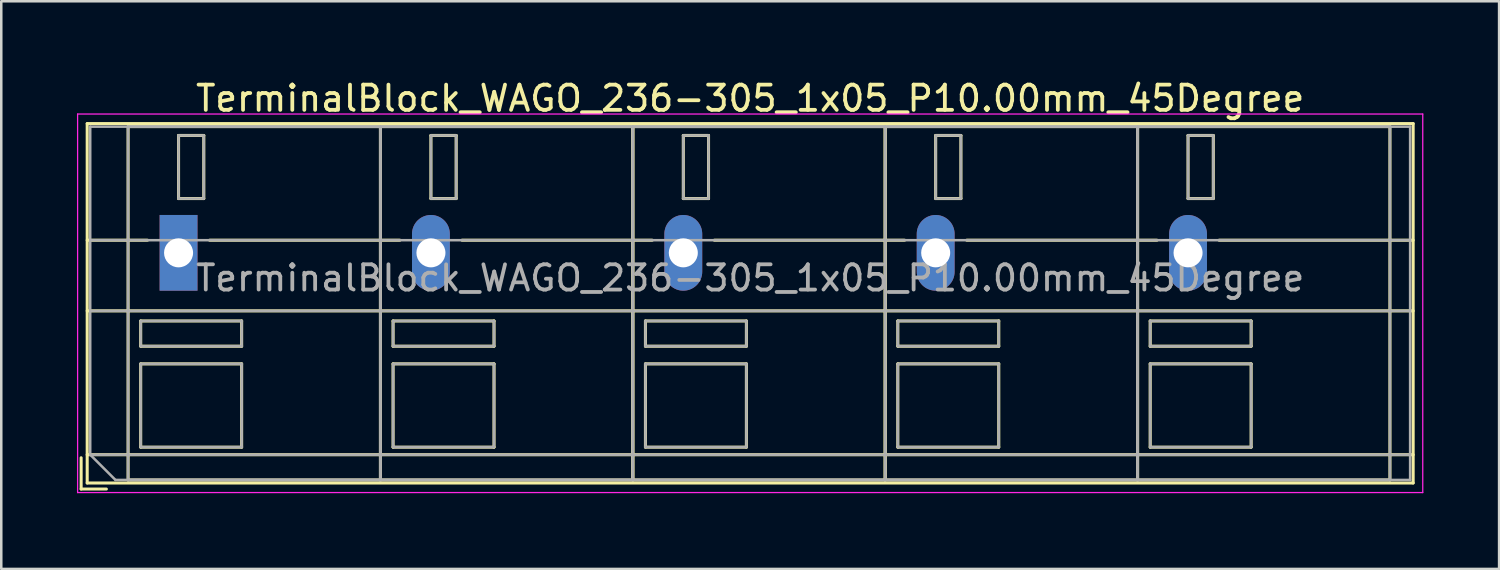
<source format=kicad_pcb>
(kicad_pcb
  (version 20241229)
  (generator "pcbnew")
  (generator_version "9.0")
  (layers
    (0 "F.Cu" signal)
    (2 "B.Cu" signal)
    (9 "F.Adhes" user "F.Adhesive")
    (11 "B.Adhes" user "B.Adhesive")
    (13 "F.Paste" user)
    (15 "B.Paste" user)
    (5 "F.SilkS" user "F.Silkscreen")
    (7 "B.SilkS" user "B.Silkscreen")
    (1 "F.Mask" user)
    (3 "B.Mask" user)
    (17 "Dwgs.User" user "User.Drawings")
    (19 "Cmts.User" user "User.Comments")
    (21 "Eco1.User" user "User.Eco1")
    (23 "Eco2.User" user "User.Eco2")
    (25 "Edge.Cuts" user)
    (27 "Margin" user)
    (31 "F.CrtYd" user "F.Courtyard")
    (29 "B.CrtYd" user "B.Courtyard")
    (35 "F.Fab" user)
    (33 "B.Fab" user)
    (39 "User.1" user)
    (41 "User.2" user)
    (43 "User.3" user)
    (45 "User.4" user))
  (footprint "TerminalBlock_WAGO_236-305_1x05_P10.00mm_45Degree"
    (layer "F.Cu")
    (at 4.025 6.968)
    (property "Reference" "TerminalBlock_WAGO_236-305_1x05_P10.00mm_45Degree" (at 22.65 -6.12 0) (layer "F.SilkS") (effects (font (size 1 1) (thickness 0.15))))
    (attr through_hole)
    (fp_line (start -3.86 8.12) (end -3.86 9.36) (stroke (width 0.12) (type solid)) (layer "F.SilkS"))
    (fp_line (start -3.86 9.36) (end -2.86 9.36) (stroke (width 0.12) (type solid)) (layer "F.SilkS"))
    (fp_line (start -3.62 -5.12) (end -3.62 9.12) (stroke (width 0.12) (type solid)) (layer "F.SilkS"))
    (fp_line (start -3.62 -5.12) (end 48.92 -5.12) (stroke (width 0.12) (type solid)) (layer "F.SilkS"))
    (fp_line (start -3.62 -0.5) (end -1.23 -0.5) (stroke (width 0.12) (type solid)) (layer "F.SilkS"))
    (fp_line (start -3.62 2.3) (end 48.92 2.3) (stroke (width 0.12) (type solid)) (layer "F.SilkS"))
    (fp_line (start -3.62 8) (end 48.92 8) (stroke (width 0.12) (type solid)) (layer "F.SilkS"))
    (fp_line (start -3.62 9.12) (end 48.92 9.12) (stroke (width 0.12) (type solid)) (layer "F.SilkS"))
    (fp_line (start -2 -5) (end -2 9) (stroke (width 0.12) (type solid)) (layer "F.SilkS"))
    (fp_line (start -2 -5) (end 8 -5) (stroke (width 0.12) (type solid)) (layer "F.SilkS"))
    (fp_line (start -2 9) (end 8 9) (stroke (width 0.12) (type solid)) (layer "F.SilkS"))
    (fp_line (start -1.5 2.7) (end -1.5 3.7) (stroke (width 0.12) (type solid)) (layer "F.SilkS"))
    (fp_line (start -1.5 2.7) (end 2.5 2.7) (stroke (width 0.12) (type solid)) (layer "F.SilkS"))
    (fp_line (start -1.5 3.7) (end 2.5 3.7) (stroke (width 0.12) (type solid)) (layer "F.SilkS"))
    (fp_line (start -1.5 4.4) (end -1.5 7.7) (stroke (width 0.12) (type solid)) (layer "F.SilkS"))
    (fp_line (start -1.5 4.4) (end 2.5 4.4) (stroke (width 0.12) (type solid)) (layer "F.SilkS"))
    (fp_line (start -1.5 7.7) (end 2.5 7.7) (stroke (width 0.12) (type solid)) (layer "F.SilkS"))
    (fp_line (start 0 -4.65) (end 0 -2.151) (stroke (width 0.12) (type solid)) (layer "F.SilkS"))
    (fp_line (start 0 -4.65) (end 1 -4.65) (stroke (width 0.12) (type solid)) (layer "F.SilkS"))
    (fp_line (start 0 -2.151) (end 1 -2.151) (stroke (width 0.12) (type solid)) (layer "F.SilkS"))
    (fp_line (start 1 -4.65) (end 1 -2.151) (stroke (width 0.12) (type solid)) (layer "F.SilkS"))
    (fp_line (start 1.23 -0.5) (end 8.77 -0.5) (stroke (width 0.12) (type solid)) (layer "F.SilkS"))
    (fp_line (start 2.5 2.7) (end 2.5 3.7) (stroke (width 0.12) (type solid)) (layer "F.SilkS"))
    (fp_line (start 2.5 4.4) (end 2.5 7.7) (stroke (width 0.12) (type solid)) (layer "F.SilkS"))
    (fp_line (start 8 -5) (end 8 9) (stroke (width 0.12) (type solid)) (layer "F.SilkS"))
    (fp_line (start 8 -5) (end 8 9) (stroke (width 0.12) (type solid)) (layer "F.SilkS"))
    (fp_line (start 8 -5) (end 18 -5) (stroke (width 0.12) (type solid)) (layer "F.SilkS"))
    (fp_line (start 8 9) (end 18 9) (stroke (width 0.12) (type solid)) (layer "F.SilkS"))
    (fp_line (start 8.5 2.7) (end 8.5 3.7) (stroke (width 0.12) (type solid)) (layer "F.SilkS"))
    (fp_line (start 8.5 2.7) (end 12.5 2.7) (stroke (width 0.12) (type solid)) (layer "F.SilkS"))
    (fp_line (start 8.5 3.7) (end 12.5 3.7) (stroke (width 0.12) (type solid)) (layer "F.SilkS"))
    (fp_line (start 8.5 4.4) (end 8.5 7.7) (stroke (width 0.12) (type solid)) (layer "F.SilkS"))
    (fp_line (start 8.5 4.4) (end 12.5 4.4) (stroke (width 0.12) (type solid)) (layer "F.SilkS"))
    (fp_line (start 8.5 7.7) (end 12.5 7.7) (stroke (width 0.12) (type solid)) (layer "F.SilkS"))
    (fp_line (start 10 -4.65) (end 10 -2.151) (stroke (width 0.12) (type solid)) (layer "F.SilkS"))
    (fp_line (start 10 -4.65) (end 11 -4.65) (stroke (width 0.12) (type solid)) (layer "F.SilkS"))
    (fp_line (start 10 -2.151) (end 11 -2.151) (stroke (width 0.12) (type solid)) (layer "F.SilkS"))
    (fp_line (start 11 -4.65) (end 11 -2.151) (stroke (width 0.12) (type solid)) (layer "F.SilkS"))
    (fp_line (start 11.23 -0.5) (end 18.77 -0.5) (stroke (width 0.12) (type solid)) (layer "F.SilkS"))
    (fp_line (start 12.5 2.7) (end 12.5 3.7) (stroke (width 0.12) (type solid)) (layer "F.SilkS"))
    (fp_line (start 12.5 4.4) (end 12.5 7.7) (stroke (width 0.12) (type solid)) (layer "F.SilkS"))
    (fp_line (start 18 -5) (end 18 9) (stroke (width 0.12) (type solid)) (layer "F.SilkS"))
    (fp_line (start 18 -5) (end 18 9) (stroke (width 0.12) (type solid)) (layer "F.SilkS"))
    (fp_line (start 18 -5) (end 28 -5) (stroke (width 0.12) (type solid)) (layer "F.SilkS"))
    (fp_line (start 18 9) (end 28 9) (stroke (width 0.12) (type solid)) (layer "F.SilkS"))
    (fp_line (start 18.5 2.7) (end 18.5 3.7) (stroke (width 0.12) (type solid)) (layer "F.SilkS"))
    (fp_line (start 18.5 2.7) (end 22.5 2.7) (stroke (width 0.12) (type solid)) (layer "F.SilkS"))
    (fp_line (start 18.5 3.7) (end 22.5 3.7) (stroke (width 0.12) (type solid)) (layer "F.SilkS"))
    (fp_line (start 18.5 4.4) (end 18.5 7.7) (stroke (width 0.12) (type solid)) (layer "F.SilkS"))
    (fp_line (start 18.5 4.4) (end 22.5 4.4) (stroke (width 0.12) (type solid)) (layer "F.SilkS"))
    (fp_line (start 18.5 7.7) (end 22.5 7.7) (stroke (width 0.12) (type solid)) (layer "F.SilkS"))
    (fp_line (start 20 -4.65) (end 20 -2.151) (stroke (width 0.12) (type solid)) (layer "F.SilkS"))
    (fp_line (start 20 -4.65) (end 21 -4.65) (stroke (width 0.12) (type solid)) (layer "F.SilkS"))
    (fp_line (start 20 -2.151) (end 21 -2.151) (stroke (width 0.12) (type solid)) (layer "F.SilkS"))
    (fp_line (start 21 -4.65) (end 21 -2.151) (stroke (width 0.12) (type solid)) (layer "F.SilkS"))
    (fp_line (start 21.23 -0.5) (end 28.77 -0.5) (stroke (width 0.12) (type solid)) (layer "F.SilkS"))
    (fp_line (start 22.5 2.7) (end 22.5 3.7) (stroke (width 0.12) (type solid)) (layer "F.SilkS"))
    (fp_line (start 22.5 4.4) (end 22.5 7.7) (stroke (width 0.12) (type solid)) (layer "F.SilkS"))
    (fp_line (start 28 -5) (end 28 9) (stroke (width 0.12) (type solid)) (layer "F.SilkS"))
    (fp_line (start 28 -5) (end 28 9) (stroke (width 0.12) (type solid)) (layer "F.SilkS"))
    (fp_line (start 28 -5) (end 38 -5) (stroke (width 0.12) (type solid)) (layer "F.SilkS"))
    (fp_line (start 28 9) (end 38 9) (stroke (width 0.12) (type solid)) (layer "F.SilkS"))
    (fp_line (start 28.5 2.7) (end 28.5 3.7) (stroke (width 0.12) (type solid)) (layer "F.SilkS"))
    (fp_line (start 28.5 2.7) (end 32.5 2.7) (stroke (width 0.12) (type solid)) (layer "F.SilkS"))
    (fp_line (start 28.5 3.7) (end 32.5 3.7) (stroke (width 0.12) (type solid)) (layer "F.SilkS"))
    (fp_line (start 28.5 4.4) (end 28.5 7.7) (stroke (width 0.12) (type solid)) (layer "F.SilkS"))
    (fp_line (start 28.5 4.4) (end 32.5 4.4) (stroke (width 0.12) (type solid)) (layer "F.SilkS"))
    (fp_line (start 28.5 7.7) (end 32.5 7.7) (stroke (width 0.12) (type solid)) (layer "F.SilkS"))
    (fp_line (start 30 -4.65) (end 30 -2.151) (stroke (width 0.12) (type solid)) (layer "F.SilkS"))
    (fp_line (start 30 -4.65) (end 31 -4.65) (stroke (width 0.12) (type solid)) (layer "F.SilkS"))
    (fp_line (start 30 -2.151) (end 31 -2.151) (stroke (width 0.12) (type solid)) (layer "F.SilkS"))
    (fp_line (start 31 -4.65) (end 31 -2.151) (stroke (width 0.12) (type solid)) (layer "F.SilkS"))
    (fp_line (start 31.23 -0.5) (end 38.77 -0.5) (stroke (width 0.12) (type solid)) (layer "F.SilkS"))
    (fp_line (start 32.5 2.7) (end 32.5 3.7) (stroke (width 0.12) (type solid)) (layer "F.SilkS"))
    (fp_line (start 32.5 4.4) (end 32.5 7.7) (stroke (width 0.12) (type solid)) (layer "F.SilkS"))
    (fp_line (start 38 -5) (end 38 9) (stroke (width 0.12) (type solid)) (layer "F.SilkS"))
    (fp_line (start 38 -5) (end 38 9) (stroke (width 0.12) (type solid)) (layer "F.SilkS"))
    (fp_line (start 38 -5) (end 48 -5) (stroke (width 0.12) (type solid)) (layer "F.SilkS"))
    (fp_line (start 38 9) (end 48 9) (stroke (width 0.12) (type solid)) (layer "F.SilkS"))
    (fp_line (start 38.5 2.7) (end 38.5 3.7) (stroke (width 0.12) (type solid)) (layer "F.SilkS"))
    (fp_line (start 38.5 2.7) (end 42.5 2.7) (stroke (width 0.12) (type solid)) (layer "F.SilkS"))
    (fp_line (start 38.5 3.7) (end 42.5 3.7) (stroke (width 0.12) (type solid)) (layer "F.SilkS"))
    (fp_line (start 38.5 4.4) (end 38.5 7.7) (stroke (width 0.12) (type solid)) (layer "F.SilkS"))
    (fp_line (start 38.5 4.4) (end 42.5 4.4) (stroke (width 0.12) (type solid)) (layer "F.SilkS"))
    (fp_line (start 38.5 7.7) (end 42.5 7.7) (stroke (width 0.12) (type solid)) (layer "F.SilkS"))
    (fp_line (start 40 -4.65) (end 40 -2.151) (stroke (width 0.12) (type solid)) (layer "F.SilkS"))
    (fp_line (start 40 -4.65) (end 41 -4.65) (stroke (width 0.12) (type solid)) (layer "F.SilkS"))
    (fp_line (start 40 -2.151) (end 41 -2.151) (stroke (width 0.12) (type solid)) (layer "F.SilkS"))
    (fp_line (start 41 -4.65) (end 41 -2.151) (stroke (width 0.12) (type solid)) (layer "F.SilkS"))
    (fp_line (start 41.23 -0.5) (end 48.92 -0.5) (stroke (width 0.12) (type solid)) (layer "F.SilkS"))
    (fp_line (start 42.5 2.7) (end 42.5 3.7) (stroke (width 0.12) (type solid)) (layer "F.SilkS"))
    (fp_line (start 42.5 4.4) (end 42.5 7.7) (stroke (width 0.12) (type solid)) (layer "F.SilkS"))
    (fp_line (start 48 -5) (end 48 9) (stroke (width 0.12) (type solid)) (layer "F.SilkS"))
    (fp_line (start 48.92 -5.12) (end 48.92 9.12) (stroke (width 0.12) (type solid)) (layer "F.SilkS"))
    (fp_line (start -4 -5.5) (end -4 9.5) (stroke (width 0.05) (type solid)) (layer "F.CrtYd"))
    (fp_line (start -4 9.5) (end 49.3 9.5) (stroke (width 0.05) (type solid)) (layer "F.CrtYd"))
    (fp_line (start 49.3 -5.5) (end -4 -5.5) (stroke (width 0.05) (type solid)) (layer "F.CrtYd"))
    (fp_line (start 49.3 9.5) (end 49.3 -5.5) (stroke (width 0.05) (type solid)) (layer "F.CrtYd"))
    (fp_line (start -3.5 -5) (end 48.8 -5) (stroke (width 0.1) (type solid)) (layer "F.Fab"))
    (fp_line (start -3.5 -0.5) (end 48.8 -0.5) (stroke (width 0.1) (type solid)) (layer "F.Fab"))
    (fp_line (start -3.5 2.3) (end 48.8 2.3) (stroke (width 0.1) (type solid)) (layer "F.Fab"))
    (fp_line (start -3.5 8) (end -3.5 -5) (stroke (width 0.1) (type solid)) (layer "F.Fab"))
    (fp_line (start -3.5 8) (end 48.8 8) (stroke (width 0.1) (type solid)) (layer "F.Fab"))
    (fp_line (start -2.5 9) (end -3.5 8) (stroke (width 0.1) (type solid)) (layer "F.Fab"))
    (fp_line (start -2 -5) (end -2 9) (stroke (width 0.1) (type solid)) (layer "F.Fab"))
    (fp_line (start -2 9) (end 8 9) (stroke (width 0.1) (type solid)) (layer "F.Fab"))
    (fp_line (start -1.5 2.7) (end -1.5 3.7) (stroke (width 0.1) (type solid)) (layer "F.Fab"))
    (fp_line (start -1.5 3.7) (end 2.5 3.7) (stroke (width 0.1) (type solid)) (layer "F.Fab"))
    (fp_line (start -1.5 4.4) (end -1.5 7.7) (stroke (width 0.1) (type solid)) (layer "F.Fab"))
    (fp_line (start -1.5 7.7) (end 2.5 7.7) (stroke (width 0.1) (type solid)) (layer "F.Fab"))
    (fp_line (start 0 -4.65) (end 0 -2.15) (stroke (width 0.1) (type solid)) (layer "F.Fab"))
    (fp_line (start 0 -2.15) (end 1 -2.15) (stroke (width 0.1) (type solid)) (layer "F.Fab"))
    (fp_line (start 1 -4.65) (end 0 -4.65) (stroke (width 0.1) (type solid)) (layer "F.Fab"))
    (fp_line (start 1 -2.15) (end 1 -4.65) (stroke (width 0.1) (type solid)) (layer "F.Fab"))
    (fp_line (start 2.5 2.7) (end -1.5 2.7) (stroke (width 0.1) (type solid)) (layer "F.Fab"))
    (fp_line (start 2.5 3.7) (end 2.5 2.7) (stroke (width 0.1) (type solid)) (layer "F.Fab"))
    (fp_line (start 2.5 4.4) (end -1.5 4.4) (stroke (width 0.1) (type solid)) (layer "F.Fab"))
    (fp_line (start 2.5 7.7) (end 2.5 4.4) (stroke (width 0.1) (type solid)) (layer "F.Fab"))
    (fp_line (start 8 -5) (end -2 -5) (stroke (width 0.1) (type solid)) (layer "F.Fab"))
    (fp_line (start 8 -5) (end 8 9) (stroke (width 0.1) (type solid)) (layer "F.Fab"))
    (fp_line (start 8 9) (end 8 -5) (stroke (width 0.1) (type solid)) (layer "F.Fab"))
    (fp_line (start 8 9) (end 18 9) (stroke (width 0.1) (type solid)) (layer "F.Fab"))
    (fp_line (start 8.5 2.7) (end 8.5 3.7) (stroke (width 0.1) (type solid)) (layer "F.Fab"))
    (fp_line (start 8.5 3.7) (end 12.5 3.7) (stroke (width 0.1) (type solid)) (layer "F.Fab"))
    (fp_line (start 8.5 4.4) (end 8.5 7.7) (stroke (width 0.1) (type solid)) (layer "F.Fab"))
    (fp_line (start 8.5 7.7) (end 12.5 7.7) (stroke (width 0.1) (type solid)) (layer "F.Fab"))
    (fp_line (start 10 -4.65) (end 10 -2.15) (stroke (width 0.1) (type solid)) (layer "F.Fab"))
    (fp_line (start 10 -2.15) (end 11 -2.15) (stroke (width 0.1) (type solid)) (layer "F.Fab"))
    (fp_line (start 11 -4.65) (end 10 -4.65) (stroke (width 0.1) (type solid)) (layer "F.Fab"))
    (fp_line (start 11 -2.15) (end 11 -4.65) (stroke (width 0.1) (type solid)) (layer "F.Fab"))
    (fp_line (start 12.5 2.7) (end 8.5 2.7) (stroke (width 0.1) (type solid)) (layer "F.Fab"))
    (fp_line (start 12.5 3.7) (end 12.5 2.7) (stroke (width 0.1) (type solid)) (layer "F.Fab"))
    (fp_line (start 12.5 4.4) (end 8.5 4.4) (stroke (width 0.1) (type solid)) (layer "F.Fab"))
    (fp_line (start 12.5 7.7) (end 12.5 4.4) (stroke (width 0.1) (type solid)) (layer "F.Fab"))
    (fp_line (start 18 -5) (end 8 -5) (stroke (width 0.1) (type solid)) (layer "F.Fab"))
    (fp_line (start 18 -5) (end 18 9) (stroke (width 0.1) (type solid)) (layer "F.Fab"))
    (fp_line (start 18 9) (end 18 -5) (stroke (width 0.1) (type solid)) (layer "F.Fab"))
    (fp_line (start 18 9) (end 28 9) (stroke (width 0.1) (type solid)) (layer "F.Fab"))
    (fp_line (start 18.5 2.7) (end 18.5 3.7) (stroke (width 0.1) (type solid)) (layer "F.Fab"))
    (fp_line (start 18.5 3.7) (end 22.5 3.7) (stroke (width 0.1) (type solid)) (layer "F.Fab"))
    (fp_line (start 18.5 4.4) (end 18.5 7.7) (stroke (width 0.1) (type solid)) (layer "F.Fab"))
    (fp_line (start 18.5 7.7) (end 22.5 7.7) (stroke (width 0.1) (type solid)) (layer "F.Fab"))
    (fp_line (start 20 -4.65) (end 20 -2.15) (stroke (width 0.1) (type solid)) (layer "F.Fab"))
    (fp_line (start 20 -2.15) (end 21 -2.15) (stroke (width 0.1) (type solid)) (layer "F.Fab"))
    (fp_line (start 21 -4.65) (end 20 -4.65) (stroke (width 0.1) (type solid)) (layer "F.Fab"))
    (fp_line (start 21 -2.15) (end 21 -4.65) (stroke (width 0.1) (type solid)) (layer "F.Fab"))
    (fp_line (start 22.5 2.7) (end 18.5 2.7) (stroke (width 0.1) (type solid)) (layer "F.Fab"))
    (fp_line (start 22.5 3.7) (end 22.5 2.7) (stroke (width 0.1) (type solid)) (layer "F.Fab"))
    (fp_line (start 22.5 4.4) (end 18.5 4.4) (stroke (width 0.1) (type solid)) (layer "F.Fab"))
    (fp_line (start 22.5 7.7) (end 22.5 4.4) (stroke (width 0.1) (type solid)) (layer "F.Fab"))
    (fp_line (start 28 -5) (end 18 -5) (stroke (width 0.1) (type solid)) (layer "F.Fab"))
    (fp_line (start 28 -5) (end 28 9) (stroke (width 0.1) (type solid)) (layer "F.Fab"))
    (fp_line (start 28 9) (end 28 -5) (stroke (width 0.1) (type solid)) (layer "F.Fab"))
    (fp_line (start 28 9) (end 38 9) (stroke (width 0.1) (type solid)) (layer "F.Fab"))
    (fp_line (start 28.5 2.7) (end 28.5 3.7) (stroke (width 0.1) (type solid)) (layer "F.Fab"))
    (fp_line (start 28.5 3.7) (end 32.5 3.7) (stroke (width 0.1) (type solid)) (layer "F.Fab"))
    (fp_line (start 28.5 4.4) (end 28.5 7.7) (stroke (width 0.1) (type solid)) (layer "F.Fab"))
    (fp_line (start 28.5 7.7) (end 32.5 7.7) (stroke (width 0.1) (type solid)) (layer "F.Fab"))
    (fp_line (start 30 -4.65) (end 30 -2.15) (stroke (width 0.1) (type solid)) (layer "F.Fab"))
    (fp_line (start 30 -2.15) (end 31 -2.15) (stroke (width 0.1) (type solid)) (layer "F.Fab"))
    (fp_line (start 31 -4.65) (end 30 -4.65) (stroke (width 0.1) (type solid)) (layer "F.Fab"))
    (fp_line (start 31 -2.15) (end 31 -4.65) (stroke (width 0.1) (type solid)) (layer "F.Fab"))
    (fp_line (start 32.5 2.7) (end 28.5 2.7) (stroke (width 0.1) (type solid)) (layer "F.Fab"))
    (fp_line (start 32.5 3.7) (end 32.5 2.7) (stroke (width 0.1) (type solid)) (layer "F.Fab"))
    (fp_line (start 32.5 4.4) (end 28.5 4.4) (stroke (width 0.1) (type solid)) (layer "F.Fab"))
    (fp_line (start 32.5 7.7) (end 32.5 4.4) (stroke (width 0.1) (type solid)) (layer "F.Fab"))
    (fp_line (start 38 -5) (end 28 -5) (stroke (width 0.1) (type solid)) (layer "F.Fab"))
    (fp_line (start 38 -5) (end 38 9) (stroke (width 0.1) (type solid)) (layer "F.Fab"))
    (fp_line (start 38 9) (end 38 -5) (stroke (width 0.1) (type solid)) (layer "F.Fab"))
    (fp_line (start 38 9) (end 48 9) (stroke (width 0.1) (type solid)) (layer "F.Fab"))
    (fp_line (start 38.5 2.7) (end 38.5 3.7) (stroke (width 0.1) (type solid)) (layer "F.Fab"))
    (fp_line (start 38.5 3.7) (end 42.5 3.7) (stroke (width 0.1) (type solid)) (layer "F.Fab"))
    (fp_line (start 38.5 4.4) (end 38.5 7.7) (stroke (width 0.1) (type solid)) (layer "F.Fab"))
    (fp_line (start 38.5 7.7) (end 42.5 7.7) (stroke (width 0.1) (type solid)) (layer "F.Fab"))
    (fp_line (start 40 -4.65) (end 40 -2.15) (stroke (width 0.1) (type solid)) (layer "F.Fab"))
    (fp_line (start 40 -2.15) (end 41 -2.15) (stroke (width 0.1) (type solid)) (layer "F.Fab"))
    (fp_line (start 41 -4.65) (end 40 -4.65) (stroke (width 0.1) (type solid)) (layer "F.Fab"))
    (fp_line (start 41 -2.15) (end 41 -4.65) (stroke (width 0.1) (type solid)) (layer "F.Fab"))
    (fp_line (start 42.5 2.7) (end 38.5 2.7) (stroke (width 0.1) (type solid)) (layer "F.Fab"))
    (fp_line (start 42.5 3.7) (end 42.5 2.7) (stroke (width 0.1) (type solid)) (layer "F.Fab"))
    (fp_line (start 42.5 4.4) (end 38.5 4.4) (stroke (width 0.1) (type solid)) (layer "F.Fab"))
    (fp_line (start 42.5 7.7) (end 42.5 4.4) (stroke (width 0.1) (type solid)) (layer "F.Fab"))
    (fp_line (start 48 -5) (end 38 -5) (stroke (width 0.1) (type solid)) (layer "F.Fab"))
    (fp_line (start 48 9) (end 48 -5) (stroke (width 0.1) (type solid)) (layer "F.Fab"))
    (fp_line (start 48.8 -5) (end 48.8 9) (stroke (width 0.1) (type solid)) (layer "F.Fab"))
    (fp_line (start 48.8 9) (end -2.5 9) (stroke (width 0.1) (type solid)) (layer "F.Fab"))
    (fp_text user "${REFERENCE}" (at 22.65 1 0) (layer "F.Fab") (effects (font (size 1 1) (thickness 0.15))))
    (pad "1" thru_hole rect (at 0 0) (size 1.5 3) (drill 1.15) (layers "*.Cu" "*.Mask"))
    (pad "2" thru_hole oval (at 10 0) (size 1.5 3) (drill 1.15) (layers "*.Cu" "*.Mask"))
    (pad "3" thru_hole oval (at 20 0) (size 1.5 3) (drill 1.15) (layers "*.Cu" "*.Mask"))
    (pad "4" thru_hole oval (at 30 0) (size 1.5 3) (drill 1.15) (layers "*.Cu" "*.Mask"))
    (pad "5" thru_hole oval (at 40 0) (size 1.5 3) (drill 1.15) (layers "*.Cu" "*.Mask")))
  (gr_rect
    (start -3 -3)
    (end 56.35 19.493)
    (stroke (width 0.1) (type default))
    (fill no)
    (layer "Edge.Cuts")))
</source>
